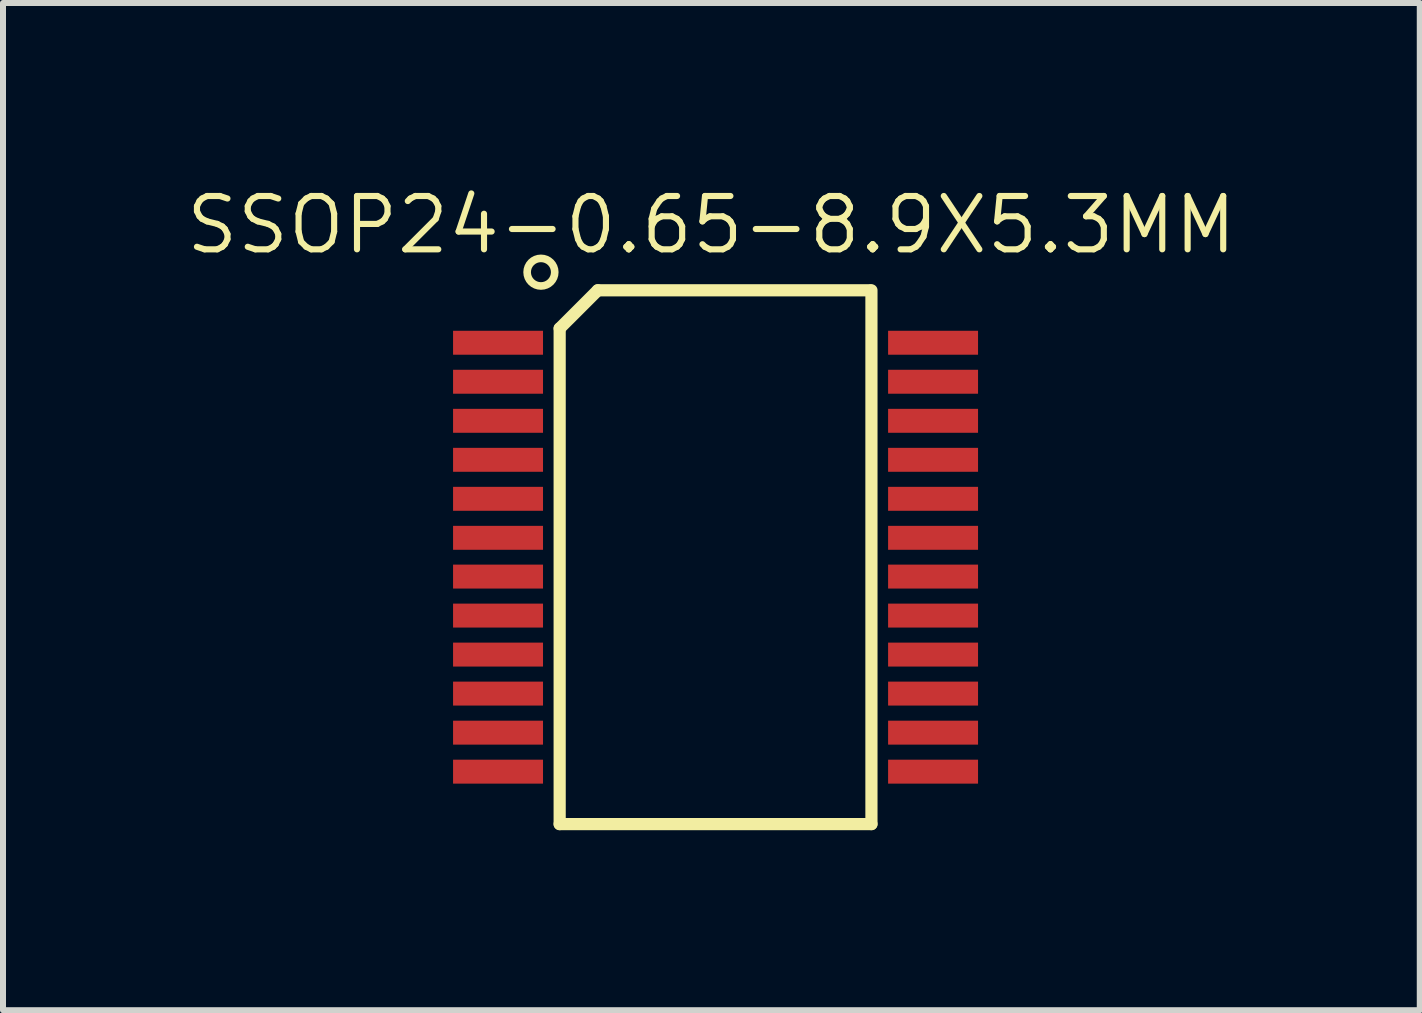
<source format=kicad_pcb>
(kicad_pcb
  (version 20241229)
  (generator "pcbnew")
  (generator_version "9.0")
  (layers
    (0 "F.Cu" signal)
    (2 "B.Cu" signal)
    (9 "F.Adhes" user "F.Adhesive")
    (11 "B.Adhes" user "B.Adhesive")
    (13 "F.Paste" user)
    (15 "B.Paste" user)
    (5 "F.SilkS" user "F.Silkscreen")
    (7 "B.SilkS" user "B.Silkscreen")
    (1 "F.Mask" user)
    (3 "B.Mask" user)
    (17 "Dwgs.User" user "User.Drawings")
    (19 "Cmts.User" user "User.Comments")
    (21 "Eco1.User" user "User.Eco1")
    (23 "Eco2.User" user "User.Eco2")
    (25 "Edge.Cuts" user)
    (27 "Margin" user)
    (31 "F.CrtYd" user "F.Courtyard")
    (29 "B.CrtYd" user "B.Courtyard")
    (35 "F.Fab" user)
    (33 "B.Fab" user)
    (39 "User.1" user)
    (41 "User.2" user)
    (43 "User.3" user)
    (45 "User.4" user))
  (footprint "SSOP24-0.65-8.9X5.3MM"
    (layer "F.Cu")
    (at 8.621 6.236)
    (property "Reference" "SSOP24-0.65-8.9X5.3MM" (at 0.184 -5.537 0) (layer "F.SilkS") (effects (font (size 0.889 0.889) (thickness 0.102))))
    (attr smd)
    (fp_line (start -2.344 -3.813) (end -2.344 4.448) (stroke (width 0.203) (type solid)) (layer "F.SilkS"))
    (fp_line (start -2.344 4.448) (end 2.852 4.448) (stroke (width 0.203) (type solid)) (layer "F.SilkS"))
    (fp_line (start -2.286 4.445) (end 2.794 4.445) (stroke (width 0.066) (type solid)) (layer "F.SilkS"))
    (fp_line (start -1.709 -4.448) (end -2.344 -3.813) (stroke (width 0.203) (type solid)) (layer "F.SilkS"))
    (fp_line (start 2.794 -4.445) (end 2.794 4.445) (stroke (width 0.066) (type solid)) (layer "F.SilkS"))
    (fp_line (start 2.827 -4.448) (end -1.709 -4.448) (stroke (width 0.203) (type solid)) (layer "F.SilkS"))
    (fp_line (start 2.852 4.448) (end 2.852 -4.448) (stroke (width 0.203) (type solid)) (layer "F.SilkS"))
    (fp_circle (center -2.656 -4.75) (end -2.786 -4.56) (stroke (width 0.127) (type solid)) (fill no) (layer "F.SilkS"))
    (pad "1" smd rect (at -3.371 -3.574 270) (size 0.399 1.499) (layers "F.Cu" "F.Mask" "F.Paste"))
    (pad "2" smd rect (at -3.371 -2.924 270) (size 0.399 1.499) (layers "F.Cu" "F.Mask" "F.Paste"))
    (pad "3" smd rect (at -3.371 -2.273 270) (size 0.399 1.499) (layers "F.Cu" "F.Mask" "F.Paste"))
    (pad "4" smd rect (at -3.371 -1.623 270) (size 0.399 1.499) (layers "F.Cu" "F.Mask" "F.Paste"))
    (pad "5" smd rect (at -3.371 -0.973 270) (size 0.399 1.499) (layers "F.Cu" "F.Mask" "F.Paste"))
    (pad "6" smd rect (at -3.371 -0.323 270) (size 0.399 1.499) (layers "F.Cu" "F.Mask" "F.Paste"))
    (pad "7" smd rect (at -3.371 0.323 270) (size 0.399 1.499) (layers "F.Cu" "F.Mask" "F.Paste"))
    (pad "8" smd rect (at -3.371 0.973 270) (size 0.399 1.499) (layers "F.Cu" "F.Mask" "F.Paste"))
    (pad "9" smd rect (at -3.371 1.623 270) (size 0.399 1.499) (layers "F.Cu" "F.Mask" "F.Paste"))
    (pad "10" smd rect (at -3.371 2.273 270) (size 0.399 1.499) (layers "F.Cu" "F.Mask" "F.Paste"))
    (pad "11" smd rect (at -3.371 2.924 270) (size 0.399 1.499) (layers "F.Cu" "F.Mask" "F.Paste"))
    (pad "12" smd rect (at -3.371 3.574 270) (size 0.399 1.499) (layers "F.Cu" "F.Mask" "F.Paste"))
    (pad "13" smd rect (at 3.879 3.574 270) (size 0.399 1.499) (layers "F.Cu" "F.Mask" "F.Paste"))
    (pad "14" smd rect (at 3.879 2.924 270) (size 0.399 1.499) (layers "F.Cu" "F.Mask" "F.Paste"))
    (pad "15" smd rect (at 3.879 2.273 270) (size 0.399 1.499) (layers "F.Cu" "F.Mask" "F.Paste"))
    (pad "16" smd rect (at 3.879 1.623 270) (size 0.399 1.499) (layers "F.Cu" "F.Mask" "F.Paste"))
    (pad "17" smd rect (at 3.879 0.973 270) (size 0.399 1.499) (layers "F.Cu" "F.Mask" "F.Paste"))
    (pad "18" smd rect (at 3.879 0.323 270) (size 0.399 1.499) (layers "F.Cu" "F.Mask" "F.Paste"))
    (pad "19" smd rect (at 3.879 -0.323 270) (size 0.399 1.499) (layers "F.Cu" "F.Mask" "F.Paste"))
    (pad "20" smd rect (at 3.879 -0.973 270) (size 0.399 1.499) (layers "F.Cu" "F.Mask" "F.Paste"))
    (pad "21" smd rect (at 3.879 -1.623 270) (size 0.399 1.499) (layers "F.Cu" "F.Mask" "F.Paste"))
    (pad "22" smd rect (at 3.879 -2.273 270) (size 0.399 1.499) (layers "F.Cu" "F.Mask" "F.Paste"))
    (pad "23" smd rect (at 3.879 -2.924 270) (size 0.399 1.499) (layers "F.Cu" "F.Mask" "F.Paste"))
    (pad "24" smd rect (at 3.879 -3.574 270) (size 0.399 1.499) (layers "F.Cu" "F.Mask" "F.Paste")))
  (gr_rect
    (start -3 -3)
    (end 20.611 13.785)
    (stroke (width 0.1) (type default))
    (fill no)
    (layer "Edge.Cuts")))
</source>
